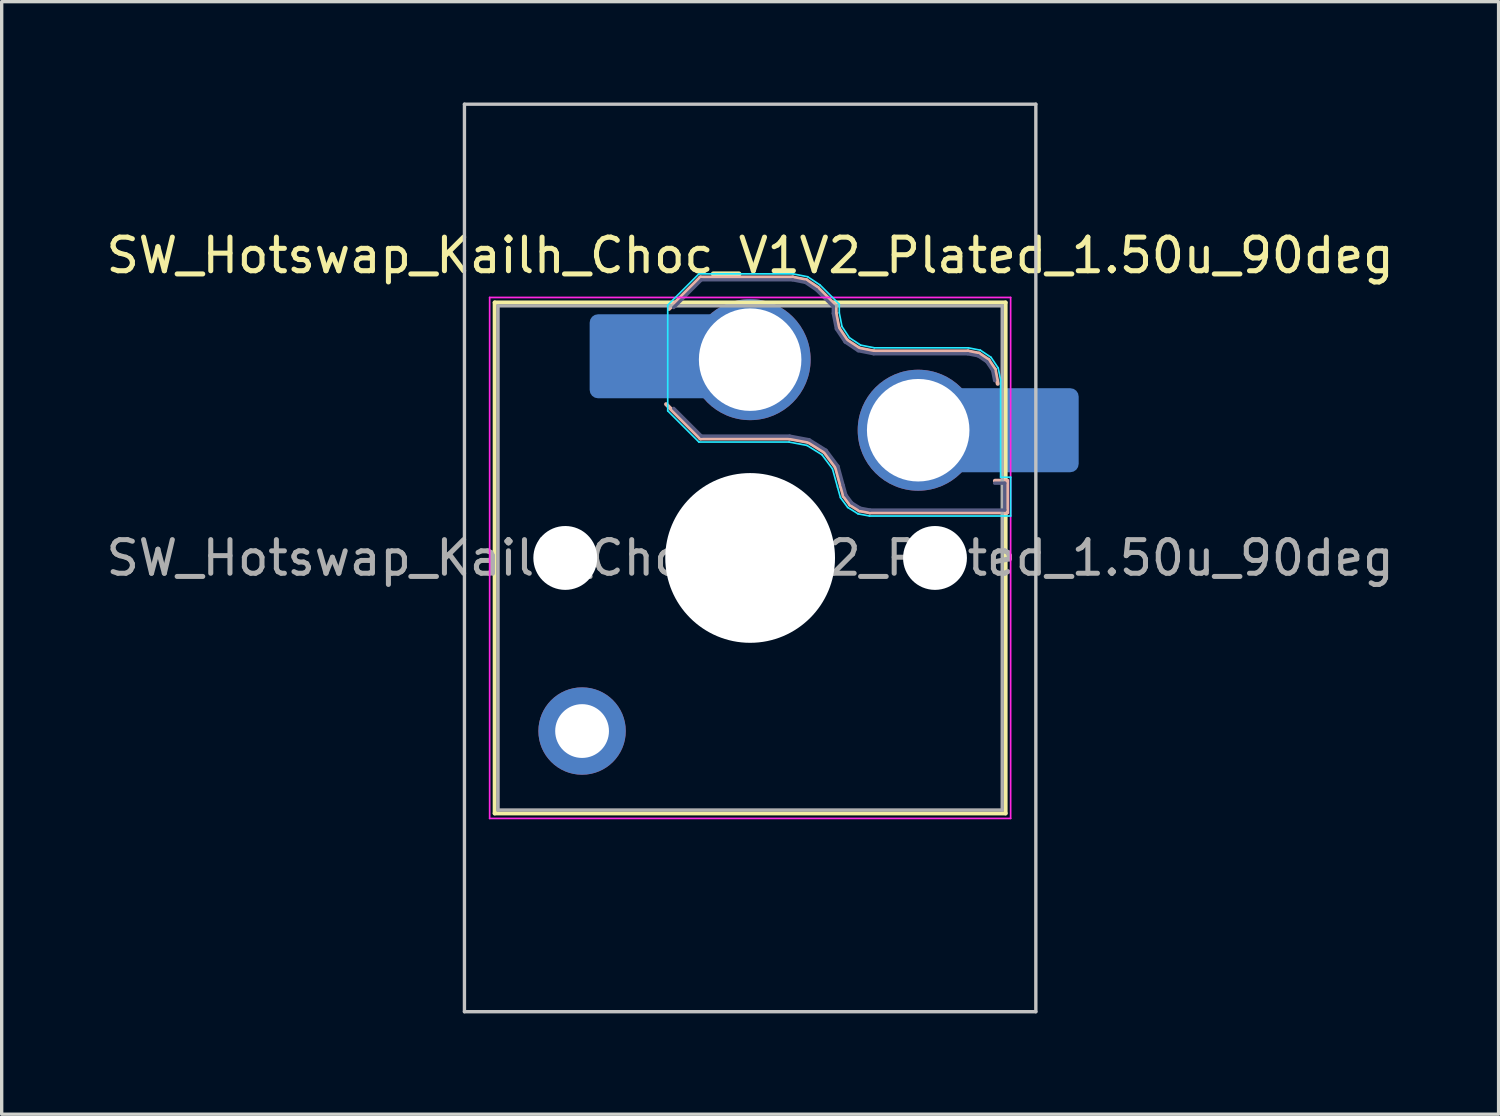
<source format=kicad_pcb>
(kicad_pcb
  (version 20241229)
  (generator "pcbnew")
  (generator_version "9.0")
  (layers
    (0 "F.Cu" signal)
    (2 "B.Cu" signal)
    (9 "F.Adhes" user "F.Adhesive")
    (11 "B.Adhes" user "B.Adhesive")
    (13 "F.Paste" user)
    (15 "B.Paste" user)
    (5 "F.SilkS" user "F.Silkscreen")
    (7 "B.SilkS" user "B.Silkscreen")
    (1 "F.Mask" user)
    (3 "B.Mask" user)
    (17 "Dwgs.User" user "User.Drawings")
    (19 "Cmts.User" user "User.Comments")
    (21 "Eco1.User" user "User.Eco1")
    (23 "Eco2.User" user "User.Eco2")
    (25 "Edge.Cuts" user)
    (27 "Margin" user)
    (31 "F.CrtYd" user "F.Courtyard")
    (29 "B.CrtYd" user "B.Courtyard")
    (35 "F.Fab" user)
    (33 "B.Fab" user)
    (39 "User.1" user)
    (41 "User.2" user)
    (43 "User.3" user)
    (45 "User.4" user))
  (footprint "SW_Hotswap_Kailh_Choc_V1V2_Plated_1.50u_90deg"
    (layer "F.Cu")
    (at 19.268 13.55)
    (property "Reference" "SW_Hotswap_Kailh_Choc_V1V2_Plated_1.50u_90deg" (at 0 -9 0) (layer "F.SilkS") (effects (font (size 1 1) (thickness 0.15))))
    (attr smd)
    (fp_line (start -7.6 -7.6) (end -7.6 7.6) (stroke (width 0.12) (type solid)) (layer "F.SilkS"))
    (fp_line (start -7.6 7.6) (end 7.6 7.6) (stroke (width 0.12) (type solid)) (layer "F.SilkS"))
    (fp_line (start 7.6 -7.6) (end -7.6 -7.6) (stroke (width 0.12) (type solid)) (layer "F.SilkS"))
    (fp_line (start 7.6 7.6) (end 7.6 -7.6) (stroke (width 0.12) (type solid)) (layer "F.SilkS"))
    (fp_line (start -2.416 -7.409) (end -1.479 -8.346) (stroke (width 0.12) (type solid)) (layer "B.SilkS"))
    (fp_line (start -1.479 -8.346) (end 1.268 -8.346) (stroke (width 0.12) (type solid)) (layer "B.SilkS"))
    (fp_line (start -1.479 -3.554) (end -2.5 -4.575) (stroke (width 0.12) (type solid)) (layer "B.SilkS"))
    (fp_line (start 1.168 -3.554) (end -1.479 -3.554) (stroke (width 0.12) (type solid)) (layer "B.SilkS"))
    (fp_line (start 1.268 -8.346) (end 1.671 -8.266) (stroke (width 0.12) (type solid)) (layer "B.SilkS"))
    (fp_line (start 1.671 -8.266) (end 2.013 -8.037) (stroke (width 0.12) (type solid)) (layer "B.SilkS"))
    (fp_line (start 1.73 -3.449) (end 1.168 -3.554) (stroke (width 0.12) (type solid)) (layer "B.SilkS"))
    (fp_line (start 2.013 -8.037) (end 2.546 -7.504) (stroke (width 0.12) (type solid)) (layer "B.SilkS"))
    (fp_line (start 2.209 -3.15) (end 1.73 -3.449) (stroke (width 0.12) (type solid)) (layer "B.SilkS"))
    (fp_line (start 2.546 -7.504) (end 2.546 -7.282) (stroke (width 0.12) (type solid)) (layer "B.SilkS"))
    (fp_line (start 2.546 -7.282) (end 2.633 -6.844) (stroke (width 0.12) (type solid)) (layer "B.SilkS"))
    (fp_line (start 2.547 -2.697) (end 2.209 -3.15) (stroke (width 0.12) (type solid)) (layer "B.SilkS"))
    (fp_line (start 2.633 -6.844) (end 2.877 -6.477) (stroke (width 0.12) (type solid)) (layer "B.SilkS"))
    (fp_line (start 2.701 -2.139) (end 2.547 -2.697) (stroke (width 0.12) (type solid)) (layer "B.SilkS"))
    (fp_line (start 2.783 -1.841) (end 2.701 -2.139) (stroke (width 0.12) (type solid)) (layer "B.SilkS"))
    (fp_line (start 2.877 -6.477) (end 3.244 -6.233) (stroke (width 0.12) (type solid)) (layer "B.SilkS"))
    (fp_line (start 2.976 -1.583) (end 2.783 -1.841) (stroke (width 0.12) (type solid)) (layer "B.SilkS"))
    (fp_line (start 3.244 -6.233) (end 3.682 -6.146) (stroke (width 0.12) (type solid)) (layer "B.SilkS"))
    (fp_line (start 3.25 -1.413) (end 2.976 -1.583) (stroke (width 0.12) (type solid)) (layer "B.SilkS"))
    (fp_line (start 3.56 -1.354) (end 3.25 -1.413) (stroke (width 0.12) (type solid)) (layer "B.SilkS"))
    (fp_line (start 3.682 -6.146) (end 6.482 -6.146) (stroke (width 0.12) (type solid)) (layer "B.SilkS"))
    (fp_line (start 6.482 -6.146) (end 6.809 -6.081) (stroke (width 0.12) (type solid)) (layer "B.SilkS"))
    (fp_line (start 6.809 -6.081) (end 7.092 -5.892) (stroke (width 0.12) (type solid)) (layer "B.SilkS"))
    (fp_line (start 7.092 -5.892) (end 7.281 -5.609) (stroke (width 0.12) (type solid)) (layer "B.SilkS"))
    (fp_line (start 7.281 -5.609) (end 7.366 -5.182) (stroke (width 0.12) (type solid)) (layer "B.SilkS"))
    (fp_line (start 7.283 -2.296) (end 7.646 -2.296) (stroke (width 0.12) (type solid)) (layer "B.SilkS"))
    (fp_line (start 7.646 -2.296) (end 7.646 -1.354) (stroke (width 0.12) (type solid)) (layer "B.SilkS"))
    (fp_line (start 7.646 -1.354) (end 3.56 -1.354) (stroke (width 0.12) (type solid)) (layer "B.SilkS"))
    (fp_line (start -8.5 -13.5) (end 8.5 -13.5) (stroke (width 0.1) (type solid)) (layer "Dwgs.User"))
    (fp_line (start -8.5 13.5) (end -8.5 -13.5) (stroke (width 0.1) (type solid)) (layer "Dwgs.User"))
    (fp_line (start 8.5 -13.5) (end 8.5 13.5) (stroke (width 0.1) (type solid)) (layer "Dwgs.User"))
    (fp_line (start 8.5 13.5) (end -8.5 13.5) (stroke (width 0.1) (type solid)) (layer "Dwgs.User"))
    (fp_line (start -7.25 -7.25) (end -7.25 7.25) (stroke (width 0.1) (type solid)) (layer "Eco1.User"))
    (fp_line (start -7.25 7.25) (end 7.25 7.25) (stroke (width 0.1) (type solid)) (layer "Eco1.User"))
    (fp_line (start 7.25 -7.25) (end -7.25 -7.25) (stroke (width 0.1) (type solid)) (layer "Eco1.User"))
    (fp_line (start 7.25 7.25) (end 7.25 -7.25) (stroke (width 0.1) (type solid)) (layer "Eco1.User"))
    (fp_line (start -2.452 -7.523) (end -1.523 -8.452) (stroke (width 0.05) (type solid)) (layer "B.CrtYd"))
    (fp_line (start -2.452 -4.377) (end -2.452 -7.523) (stroke (width 0.05) (type solid)) (layer "B.CrtYd"))
    (fp_line (start -1.523 -8.452) (end 1.278 -8.452) (stroke (width 0.05) (type solid)) (layer "B.CrtYd"))
    (fp_line (start -1.523 -3.448) (end -2.452 -4.377) (stroke (width 0.05) (type solid)) (layer "B.CrtYd"))
    (fp_line (start 1.159 -3.448) (end -1.523 -3.448) (stroke (width 0.05) (type solid)) (layer "B.CrtYd"))
    (fp_line (start 1.278 -8.452) (end 1.712 -8.366) (stroke (width 0.05) (type solid)) (layer "B.CrtYd"))
    (fp_line (start 1.691 -3.348) (end 1.159 -3.448) (stroke (width 0.05) (type solid)) (layer "B.CrtYd"))
    (fp_line (start 1.712 -8.366) (end 2.081 -8.119) (stroke (width 0.05) (type solid)) (layer "B.CrtYd"))
    (fp_line (start 2.081 -8.119) (end 2.652 -7.548) (stroke (width 0.05) (type solid)) (layer "B.CrtYd"))
    (fp_line (start 2.136 -3.071) (end 1.691 -3.348) (stroke (width 0.05) (type solid)) (layer "B.CrtYd"))
    (fp_line (start 2.45 -2.65) (end 2.136 -3.071) (stroke (width 0.05) (type solid)) (layer "B.CrtYd"))
    (fp_line (start 2.599 -2.111) (end 2.45 -2.65) (stroke (width 0.05) (type solid)) (layer "B.CrtYd"))
    (fp_line (start 2.652 -7.548) (end 2.652 -7.292) (stroke (width 0.05) (type solid)) (layer "B.CrtYd"))
    (fp_line (start 2.652 -7.292) (end 2.733 -6.885) (stroke (width 0.05) (type solid)) (layer "B.CrtYd"))
    (fp_line (start 2.687 -1.794) (end 2.599 -2.111) (stroke (width 0.05) (type solid)) (layer "B.CrtYd"))
    (fp_line (start 2.733 -6.885) (end 2.953 -6.553) (stroke (width 0.05) (type solid)) (layer "B.CrtYd"))
    (fp_line (start 2.903 -1.503) (end 2.687 -1.794) (stroke (width 0.05) (type solid)) (layer "B.CrtYd"))
    (fp_line (start 2.953 -6.553) (end 3.285 -6.333) (stroke (width 0.05) (type solid)) (layer "B.CrtYd"))
    (fp_line (start 3.211 -1.312) (end 2.903 -1.503) (stroke (width 0.05) (type solid)) (layer "B.CrtYd"))
    (fp_line (start 3.285 -6.333) (end 3.692 -6.252) (stroke (width 0.05) (type solid)) (layer "B.CrtYd"))
    (fp_line (start 3.55 -1.248) (end 3.211 -1.312) (stroke (width 0.05) (type solid)) (layer "B.CrtYd"))
    (fp_line (start 3.692 -6.252) (end 6.492 -6.252) (stroke (width 0.05) (type solid)) (layer "B.CrtYd"))
    (fp_line (start 6.492 -6.252) (end 6.85 -6.181) (stroke (width 0.05) (type solid)) (layer "B.CrtYd"))
    (fp_line (start 6.85 -6.181) (end 7.168 -5.968) (stroke (width 0.05) (type solid)) (layer "B.CrtYd"))
    (fp_line (start 7.168 -5.968) (end 7.381 -5.65) (stroke (width 0.05) (type solid)) (layer "B.CrtYd"))
    (fp_line (start 7.381 -5.65) (end 7.452 -5.292) (stroke (width 0.05) (type solid)) (layer "B.CrtYd"))
    (fp_line (start 7.452 -5.292) (end 7.452 -2.402) (stroke (width 0.05) (type solid)) (layer "B.CrtYd"))
    (fp_line (start 7.452 -2.402) (end 7.752 -2.402) (stroke (width 0.05) (type solid)) (layer "B.CrtYd"))
    (fp_line (start 7.752 -2.402) (end 7.752 -1.248) (stroke (width 0.05) (type solid)) (layer "B.CrtYd"))
    (fp_line (start 7.752 -1.248) (end 3.55 -1.248) (stroke (width 0.05) (type solid)) (layer "B.CrtYd"))
    (fp_line (start -7.75 -7.75) (end -7.75 7.75) (stroke (width 0.05) (type solid)) (layer "F.CrtYd"))
    (fp_line (start -7.75 7.75) (end 7.75 7.75) (stroke (width 0.05) (type solid)) (layer "F.CrtYd"))
    (fp_line (start 7.75 -7.75) (end -7.75 -7.75) (stroke (width 0.05) (type solid)) (layer "F.CrtYd"))
    (fp_line (start 7.75 7.75) (end 7.75 -7.75) (stroke (width 0.05) (type solid)) (layer "F.CrtYd"))
    (fp_line (start -2.275 -7.45) (end -1.45 -8.275) (stroke (width 0.1) (type solid)) (layer "B.Fab"))
    (fp_line (start -1.45 -8.275) (end 1.261 -8.275) (stroke (width 0.1) (type solid)) (layer "B.Fab"))
    (fp_line (start -1.45 -3.625) (end -2.275 -4.45) (stroke (width 0.1) (type solid)) (layer "B.Fab"))
    (fp_line (start 1.175 -3.625) (end -1.45 -3.625) (stroke (width 0.1) (type solid)) (layer "B.Fab"))
    (fp_line (start 1.261 -8.275) (end 1.643 -8.199) (stroke (width 0.1) (type solid)) (layer "B.Fab"))
    (fp_line (start 1.643 -8.199) (end 1.968 -7.982) (stroke (width 0.1) (type solid)) (layer "B.Fab"))
    (fp_line (start 1.756 -3.516) (end 1.175 -3.625) (stroke (width 0.1) (type solid)) (layer "B.Fab"))
    (fp_line (start 1.968 -7.982) (end 2.475 -7.475) (stroke (width 0.1) (type solid)) (layer "B.Fab"))
    (fp_line (start 2.258 -3.203) (end 1.756 -3.516) (stroke (width 0.1) (type solid)) (layer "B.Fab"))
    (fp_line (start 2.475 -7.475) (end 2.475 -7.275) (stroke (width 0.1) (type solid)) (layer "B.Fab"))
    (fp_line (start 2.475 -7.275) (end 2.566 -6.816) (stroke (width 0.1) (type solid)) (layer "B.Fab"))
    (fp_line (start 2.566 -6.816) (end 2.826 -6.426) (stroke (width 0.1) (type solid)) (layer "B.Fab"))
    (fp_line (start 2.612 -2.729) (end 2.258 -3.203) (stroke (width 0.1) (type solid)) (layer "B.Fab"))
    (fp_line (start 2.769 -2.158) (end 2.612 -2.729) (stroke (width 0.1) (type solid)) (layer "B.Fab"))
    (fp_line (start 2.826 -6.426) (end 3.216 -6.166) (stroke (width 0.1) (type solid)) (layer "B.Fab"))
    (fp_line (start 2.848 -1.873) (end 2.769 -2.158) (stroke (width 0.1) (type solid)) (layer "B.Fab"))
    (fp_line (start 3.025 -1.636) (end 2.848 -1.873) (stroke (width 0.1) (type solid)) (layer "B.Fab"))
    (fp_line (start 3.216 -6.166) (end 3.675 -6.075) (stroke (width 0.1) (type solid)) (layer "B.Fab"))
    (fp_line (start 3.276 -1.48) (end 3.025 -1.636) (stroke (width 0.1) (type solid)) (layer "B.Fab"))
    (fp_line (start 3.567 -1.425) (end 3.276 -1.48) (stroke (width 0.1) (type solid)) (layer "B.Fab"))
    (fp_line (start 3.675 -6.075) (end 6.475 -6.075) (stroke (width 0.1) (type solid)) (layer "B.Fab"))
    (fp_line (start 6.475 -6.075) (end 6.781 -6.014) (stroke (width 0.1) (type solid)) (layer "B.Fab"))
    (fp_line (start 6.781 -6.014) (end 7.041 -5.841) (stroke (width 0.1) (type solid)) (layer "B.Fab"))
    (fp_line (start 7.041 -5.841) (end 7.214 -5.581) (stroke (width 0.1) (type solid)) (layer "B.Fab"))
    (fp_line (start 7.214 -5.581) (end 7.275 -5.275) (stroke (width 0.1) (type solid)) (layer "B.Fab"))
    (fp_line (start 7.275 -2.225) (end 7.575 -2.225) (stroke (width 0.1) (type solid)) (layer "B.Fab"))
    (fp_line (start 7.575 -2.225) (end 7.575 -1.425) (stroke (width 0.1) (type solid)) (layer "B.Fab"))
    (fp_line (start 7.575 -1.425) (end 3.567 -1.425) (stroke (width 0.1) (type solid)) (layer "B.Fab"))
    (fp_line (start -7.5 -7.5) (end -7.5 7.5) (stroke (width 0.1) (type solid)) (layer "F.Fab"))
    (fp_line (start -7.5 7.5) (end 7.5 7.5) (stroke (width 0.1) (type solid)) (layer "F.Fab"))
    (fp_line (start 7.5 -7.5) (end -7.5 -7.5) (stroke (width 0.1) (type solid)) (layer "F.Fab"))
    (fp_line (start 7.5 7.5) (end 7.5 -7.5) (stroke (width 0.1) (type solid)) (layer "F.Fab"))
    (fp_text user "${REFERENCE}" (at 0 0 0) (layer "F.Fab") (effects (font (size 1 1) (thickness 0.15))))
    (pad "" np_thru_hole circle (at -5.5 0) (size 1.9 1.9) (drill 1.9) (layers "*.Cu" "*.Mask"))
    (pad "" smd circle (at -5 5.15) (size 1.65 1.65) (layers "F.Mask"))
    (pad "" thru_hole circle (at -5 5.15) (size 2.6 2.6) (drill 1.6) (layers "*.Cu" "B.Mask"))
    (pad "" smd roundrect (at -3.5 -6) (size 2.55 2.5) (layers "B.Mask" "B.Paste") (roundrect_rratio 0.1))
    (pad "" smd circle (at 0 -5.9) (size 3.1 3.1) (layers "F.Mask"))
    (pad "" np_thru_hole circle (at 0 0) (size 5.05 5.05) (drill 5.05) (layers "*.Cu" "*.Mask"))
    (pad "" smd circle (at 5 -3.8) (size 3.1 3.1) (layers "F.Mask"))
    (pad "" np_thru_hole circle (at 5.5 0) (size 1.9 1.9) (drill 1.9) (layers "*.Cu" "*.Mask"))
    (pad "" smd roundrect (at 8.5 -3.8) (size 2.55 2.5) (layers "B.Mask" "B.Paste") (roundrect_rratio 0.1))
    (pad "1" smd roundrect (at -2.85 -6) (size 3.85 2.5) (layers "B.Cu") (roundrect_rratio 0.1))
    (pad "1" thru_hole circle (at 0 -5.9) (size 3.6 3.6) (drill 3.05) (layers "*.Cu" "B.Mask"))
    (pad "2" thru_hole circle (at 5 -3.8) (size 3.6 3.6) (drill 3.05) (layers "*.Cu" "B.Mask"))
    (pad "2" smd roundrect (at 7.85 -3.8) (size 3.85 2.5) (layers "B.Cu") (roundrect_rratio 0.1)))
  (gr_rect
    (start -3 -3)
    (end 41.536 30.1)
    (stroke (width 0.1) (type default))
    (fill no)
    (layer "Edge.Cuts")))
</source>
